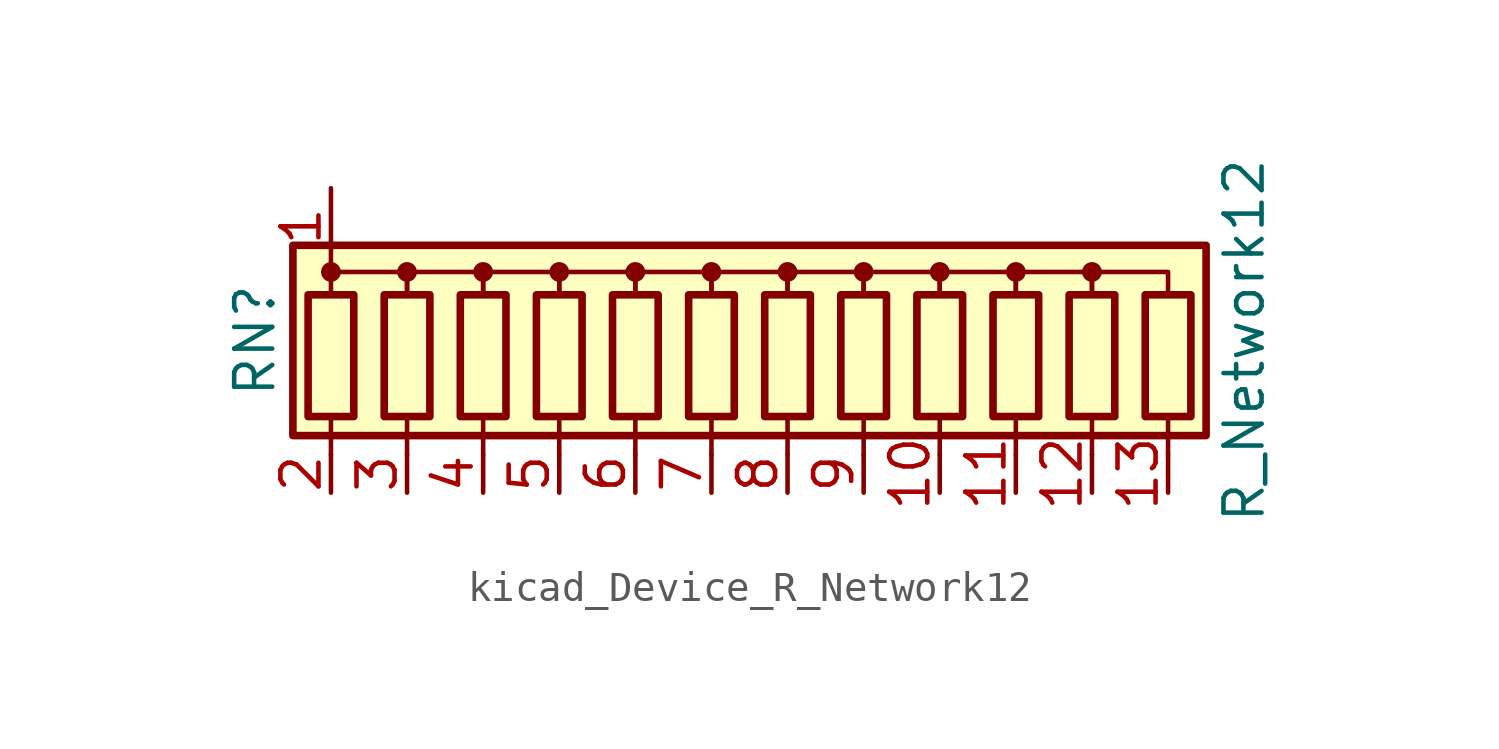
<source format=kicad_sym>
(kicad_symbol_lib
  (version 20220914)
  (generator kicad_symbol_editor)
  (symbol "kicad_Device_R_Network12"
    (pin_names
      (offset 0) hide)
    (property "Reference" "RN"
      (at -17.78 0 90)
      (effects (font (size 1.27 1.27))))
    (property "Value" "R_Network12"
      (at 15.24 0 90)
      (effects (font (size 1.27 1.27))))
    (symbol "kicad_Device_R_Network12_0_1"
      (rectangle (start -16.51 -3.175) (end 13.97 3.175) (stroke (width 0.254) (type default)) (fill (type background)))
      (rectangle (start -16.002 1.524) (end -14.478 -2.54) (stroke (width 0.254) (type default)) (fill (type none)))
      (circle (center -15.24 2.286) (radius 0.254) (stroke (width 0) (type default)) (fill (type outline)))
      (rectangle (start -13.462 1.524) (end -11.938 -2.54) (stroke (width 0.254) (type default)) (fill (type none)))
      (circle (center -12.7 2.286) (radius 0.254) (stroke (width 0) (type default)) (fill (type outline)))
      (rectangle (start -10.922 1.524) (end -9.398 -2.54) (stroke (width 0.254) (type default)) (fill (type none)))
      (circle (center -10.16 2.286) (radius 0.254) (stroke (width 0) (type default)) (fill (type outline)))
      (rectangle (start -8.382 1.524) (end -6.858 -2.54) (stroke (width 0.254) (type default)) (fill (type none)))
      (circle (center -7.62 2.286) (radius 0.254) (stroke (width 0) (type default)) (fill (type outline)))
      (rectangle (start -5.842 1.524) (end -4.318 -2.54) (stroke (width 0.254) (type default)) (fill (type none)))
      (circle (center -5.08 2.286) (radius 0.254) (stroke (width 0) (type default)) (fill (type outline)))
      (rectangle (start -3.302 1.524) (end -1.778 -2.54) (stroke (width 0.254) (type default)) (fill (type none)))
      (circle (center -2.54 2.286) (radius 0.254) (stroke (width 0) (type default)) (fill (type outline)))
      (rectangle (start -0.762 1.524) (end 0.762 -2.54) (stroke (width 0.254) (type default)) (fill (type none)))
      (polyline (pts (xy -15.24 -2.54) (xy -15.24 -3.81)) (stroke (width 0) (type default)) (fill (type none)))
      (polyline (pts (xy -12.7 -2.54) (xy -12.7 -3.81)) (stroke (width 0) (type default)) (fill (type none)))
      (polyline (pts (xy -10.16 -2.54) (xy -10.16 -3.81)) (stroke (width 0) (type default)) (fill (type none)))
      (polyline (pts (xy -7.62 -2.54) (xy -7.62 -3.81)) (stroke (width 0) (type default)) (fill (type none)))
      (polyline (pts (xy -5.08 -2.54) (xy -5.08 -3.81)) (stroke (width 0) (type default)) (fill (type none)))
      (polyline (pts (xy -2.54 -2.54) (xy -2.54 -3.81)) (stroke (width 0) (type default)) (fill (type none)))
      (polyline (pts (xy 0 -2.54) (xy 0 -3.81)) (stroke (width 0) (type default)) (fill (type none)))
      (polyline (pts (xy 2.54 -2.54) (xy 2.54 -3.81)) (stroke (width 0) (type default)) (fill (type none)))
      (polyline (pts (xy 5.08 -2.54) (xy 5.08 -3.81)) (stroke (width 0) (type default)) (fill (type none)))
      (polyline (pts (xy 7.62 -2.54) (xy 7.62 -3.81)) (stroke (width 0) (type default)) (fill (type none)))
      (polyline (pts (xy 10.16 -2.54) (xy 10.16 -3.81)) (stroke (width 0) (type default)) (fill (type none)))
      (polyline (pts (xy 12.7 -2.54) (xy 12.7 -3.81)) (stroke (width 0) (type default)) (fill (type none)))
      (polyline (pts (xy -15.24 1.524) (xy -15.24 2.286) (xy -12.7 2.286) (xy -12.7 1.524)) (stroke (width 0) (type default)) (fill (type none)))
      (polyline (pts (xy -12.7 1.524) (xy -12.7 2.286) (xy -10.16 2.286) (xy -10.16 1.524)) (stroke (width 0) (type default)) (fill (type none)))
      (polyline (pts (xy -10.16 1.524) (xy -10.16 2.286) (xy -7.62 2.286) (xy -7.62 1.524)) (stroke (width 0) (type default)) (fill (type none)))
      (polyline (pts (xy -7.62 1.524) (xy -7.62 2.286) (xy -5.08 2.286) (xy -5.08 1.524)) (stroke (width 0) (type default)) (fill (type none)))
      (polyline (pts (xy -5.08 1.524) (xy -5.08 2.286) (xy -2.54 2.286) (xy -2.54 1.524)) (stroke (width 0) (type default)) (fill (type none)))
      (polyline (pts (xy -2.54 1.524) (xy -2.54 2.286) (xy 0 2.286) (xy 0 1.524)) (stroke (width 0) (type default)) (fill (type none)))
      (polyline (pts (xy 0 1.524) (xy 0 2.286) (xy 2.54 2.286) (xy 2.54 1.524)) (stroke (width 0) (type default)) (fill (type none)))
      (polyline (pts (xy 2.54 1.524) (xy 2.54 2.286) (xy 5.08 2.286) (xy 5.08 1.524)) (stroke (width 0) (type default)) (fill (type none)))
      (polyline (pts (xy 5.08 1.524) (xy 5.08 2.286) (xy 7.62 2.286) (xy 7.62 1.524)) (stroke (width 0) (type default)) (fill (type none)))
      (polyline (pts (xy 7.62 1.524) (xy 7.62 2.286) (xy 10.16 2.286) (xy 10.16 1.524)) (stroke (width 0) (type default)) (fill (type none)))
      (polyline (pts (xy 10.16 1.524) (xy 10.16 2.286) (xy 12.7 2.286) (xy 12.7 1.524)) (stroke (width 0) (type default)) (fill (type none)))
      (circle (center 0 2.286) (radius 0.254) (stroke (width 0) (type default)) (fill (type outline)))
      (rectangle (start 1.778 1.524) (end 3.302 -2.54) (stroke (width 0.254) (type default)) (fill (type none)))
      (circle (center 2.54 2.286) (radius 0.254) (stroke (width 0) (type default)) (fill (type outline)))
      (rectangle (start 4.318 1.524) (end 5.842 -2.54) (stroke (width 0.254) (type default)) (fill (type none)))
      (circle (center 5.08 2.286) (radius 0.254) (stroke (width 0) (type default)) (fill (type outline)))
      (rectangle (start 6.858 1.524) (end 8.382 -2.54) (stroke (width 0.254) (type default)) (fill (type none)))
      (circle (center 7.62 2.286) (radius 0.254) (stroke (width 0) (type default)) (fill (type outline)))
      (rectangle (start 9.398 1.524) (end 10.922 -2.54) (stroke (width 0.254) (type default)) (fill (type none)))
      (circle (center 10.16 2.286) (radius 0.254) (stroke (width 0) (type default)) (fill (type outline)))
      (rectangle (start 11.938 1.524) (end 13.462 -2.54) (stroke (width 0.254) (type default)) (fill (type none))))
    (symbol "kicad_Device_R_Network12_1_1"
      (pin passive line (at -15.24 5.08 270) (length 2.54) (name "common" (effects (font (size 1.27 1.27)))) (number "1" (effects (font (size 1.27 1.27)))))
      (pin passive line (at 5.08 -5.08 90) (length 1.27) (name "R9" (effects (font (size 1.27 1.27)))) (number "10" (effects (font (size 1.27 1.27)))))
      (pin passive line (at 7.62 -5.08 90) (length 1.27) (name "R10" (effects (font (size 1.27 1.27)))) (number "11" (effects (font (size 1.27 1.27)))))
      (pin passive line (at 10.16 -5.08 90) (length 1.27) (name "R11" (effects (font (size 1.27 1.27)))) (number "12" (effects (font (size 1.27 1.27)))))
      (pin passive line (at 12.7 -5.08 90) (length 1.27) (name "R12" (effects (font (size 1.27 1.27)))) (number "13" (effects (font (size 1.27 1.27)))))
      (pin passive line (at -15.24 -5.08 90) (length 1.27) (name "R1" (effects (font (size 1.27 1.27)))) (number "2" (effects (font (size 1.27 1.27)))))
      (pin passive line (at -12.7 -5.08 90) (length 1.27) (name "R2" (effects (font (size 1.27 1.27)))) (number "3" (effects (font (size 1.27 1.27)))))
      (pin passive line (at -10.16 -5.08 90) (length 1.27) (name "R3" (effects (font (size 1.27 1.27)))) (number "4" (effects (font (size 1.27 1.27)))))
      (pin passive line (at -7.62 -5.08 90) (length 1.27) (name "R4" (effects (font (size 1.27 1.27)))) (number "5" (effects (font (size 1.27 1.27)))))
      (pin passive line (at -5.08 -5.08 90) (length 1.27) (name "R5" (effects (font (size 1.27 1.27)))) (number "6" (effects (font (size 1.27 1.27)))))
      (pin passive line (at -2.54 -5.08 90) (length 1.27) (name "R6" (effects (font (size 1.27 1.27)))) (number "7" (effects (font (size 1.27 1.27)))))
      (pin passive line (at 0 -5.08 90) (length 1.27) (name "R7" (effects (font (size 1.27 1.27)))) (number "8" (effects (font (size 1.27 1.27)))))
      (pin passive line (at 2.54 -5.08 90) (length 1.27) (name "R8" (effects (font (size 1.27 1.27)))) (number "9" (effects (font (size 1.27 1.27))))))))
</source>
